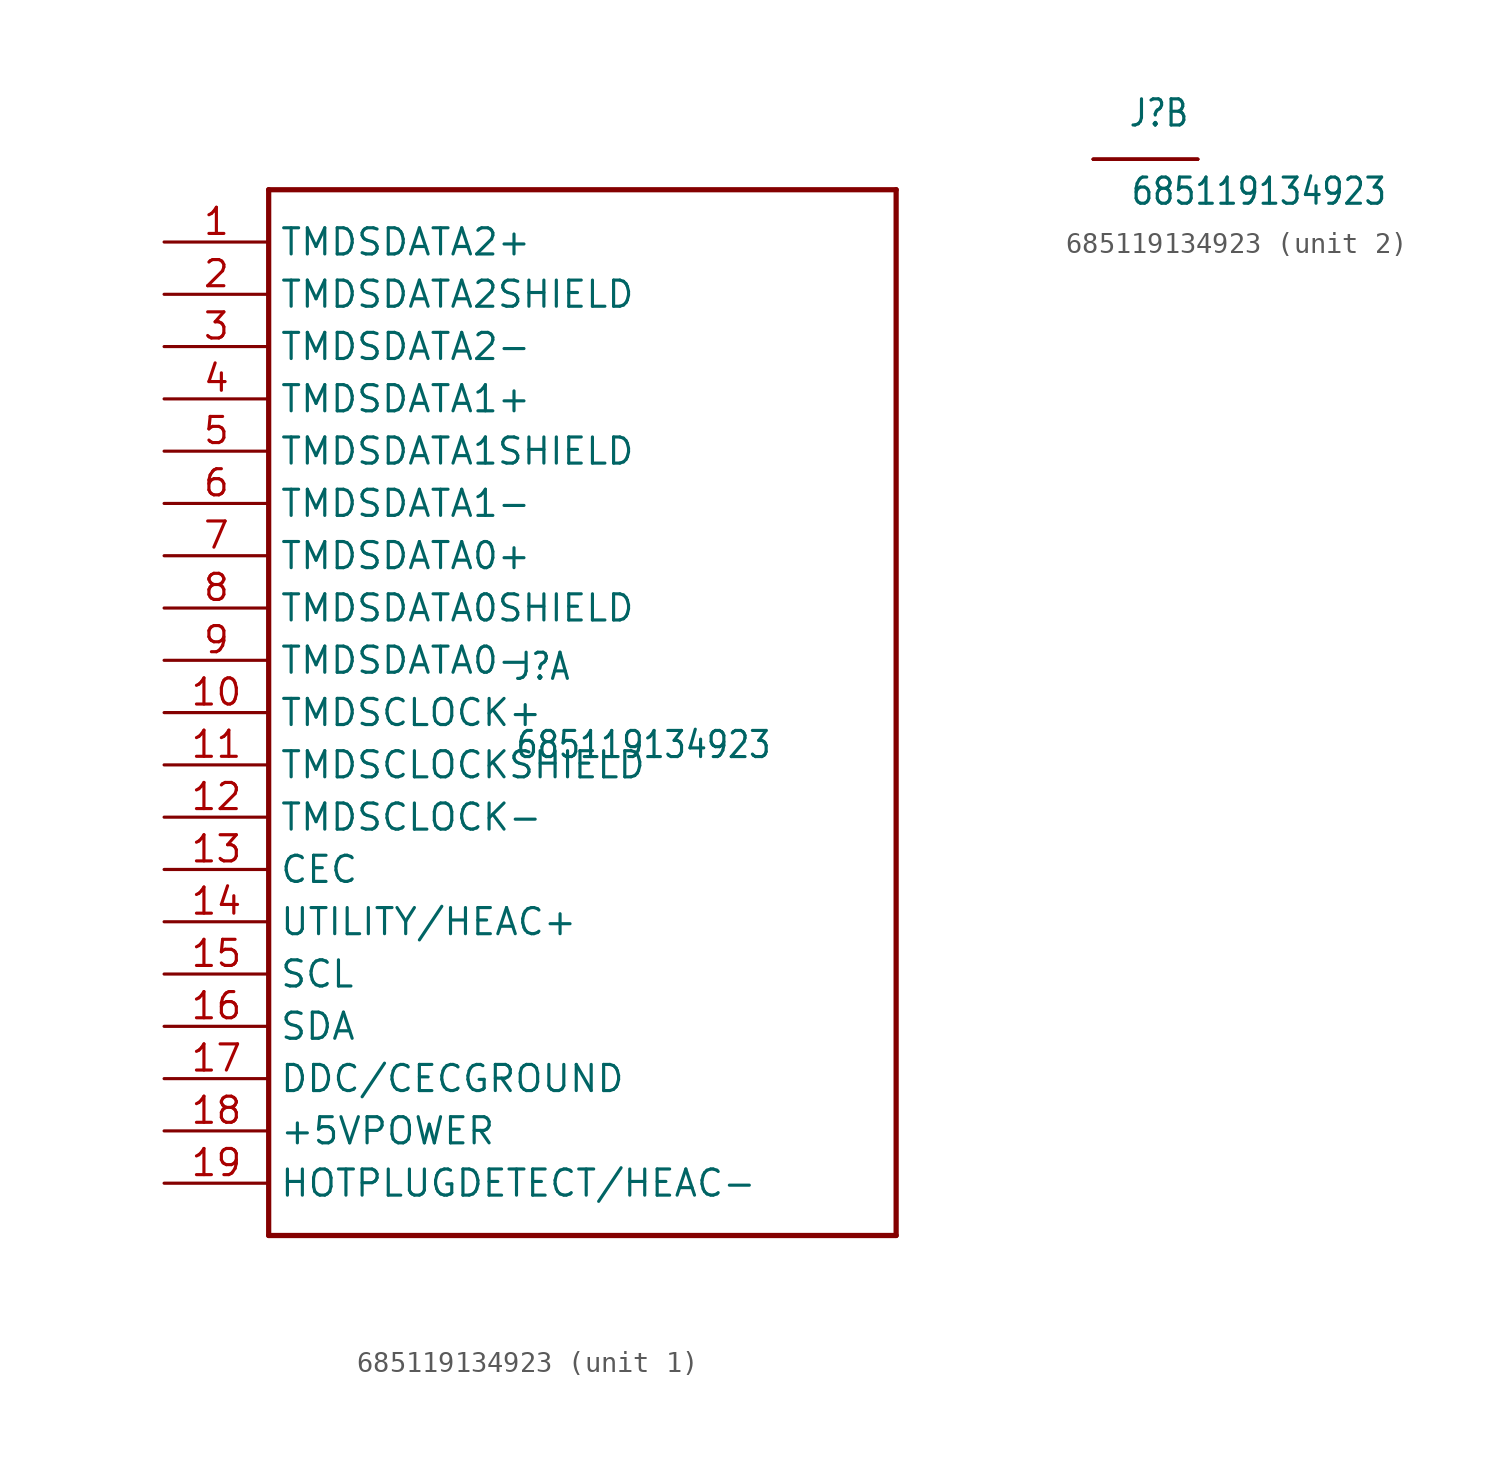
<source format=kicad_sym>
(kicad_symbol_lib
  (version 20211014)
  (generator kicad_symbol_editor)
  (symbol "685119134923"
    (property "Reference" "J"
      (at -3.4 1.5 0)
      (effects (font (size 1.27 1.079)) (justify left bottom)))
    (property "Value" "685119134923"
      (at -3.3 -2.3 0)
      (effects (font (size 1.27 1.079)) (justify left bottom)))
    (property "ki_locked" ""
      (at 0 0 0)
      (effects (font (size 1.27 1.27))))
    (symbol "685119134923_1_0"
      (polyline (pts (xy -15.24 -25.4) (xy 15.24 -25.4)) (stroke (width 0.254) (type default) (color 0 0 0 0)) (fill (type none)))
      (polyline (pts (xy -15.24 25.4) (xy -15.24 -25.4)) (stroke (width 0.254) (type default) (color 0 0 0 0)) (fill (type none)))
      (polyline (pts (xy 15.24 -25.4) (xy 15.24 25.4)) (stroke (width 0.254) (type default) (color 0 0 0 0)) (fill (type none)))
      (polyline (pts (xy 15.24 25.4) (xy -15.24 25.4)) (stroke (width 0.254) (type default) (color 0 0 0 0)) (fill (type none)))
      (pin bidirectional line (at -20.32 22.86 0) (length 5.08) (name "TMDSDATA2+" (effects (font (size 1.27 1.27)))) (number "1" (effects (font (size 1.27 1.27)))))
      (pin bidirectional line (at -20.32 0 0) (length 5.08) (name "TMDSCLOCK+" (effects (font (size 1.27 1.27)))) (number "10" (effects (font (size 1.27 1.27)))))
      (pin bidirectional line (at -20.32 -2.54 0) (length 5.08) (name "TMDSCLOCKSHIELD" (effects (font (size 1.27 1.27)))) (number "11" (effects (font (size 1.27 1.27)))))
      (pin bidirectional line (at -20.32 -5.08 0) (length 5.08) (name "TMDSCLOCK-" (effects (font (size 1.27 1.27)))) (number "12" (effects (font (size 1.27 1.27)))))
      (pin bidirectional line (at -20.32 -7.62 0) (length 5.08) (name "CEC" (effects (font (size 1.27 1.27)))) (number "13" (effects (font (size 1.27 1.27)))))
      (pin bidirectional line (at -20.32 -10.16 0) (length 5.08) (name "UTILITY/HEAC+" (effects (font (size 1.27 1.27)))) (number "14" (effects (font (size 1.27 1.27)))))
      (pin bidirectional line (at -20.32 -12.7 0) (length 5.08) (name "SCL" (effects (font (size 1.27 1.27)))) (number "15" (effects (font (size 1.27 1.27)))))
      (pin bidirectional line (at -20.32 -15.24 0) (length 5.08) (name "SDA" (effects (font (size 1.27 1.27)))) (number "16" (effects (font (size 1.27 1.27)))))
      (pin bidirectional line (at -20.32 -17.78 0) (length 5.08) (name "DDC/CECGROUND" (effects (font (size 1.27 1.27)))) (number "17" (effects (font (size 1.27 1.27)))))
      (pin bidirectional line (at -20.32 -20.32 0) (length 5.08) (name "+5VPOWER" (effects (font (size 1.27 1.27)))) (number "18" (effects (font (size 1.27 1.27)))))
      (pin bidirectional line (at -20.32 -22.86 0) (length 5.08) (name "HOTPLUGDETECT/HEAC-" (effects (font (size 1.27 1.27)))) (number "19" (effects (font (size 1.27 1.27)))))
      (pin bidirectional line (at -20.32 20.32 0) (length 5.08) (name "TMDSDATA2SHIELD" (effects (font (size 1.27 1.27)))) (number "2" (effects (font (size 1.27 1.27)))))
      (pin bidirectional line (at -20.32 17.78 0) (length 5.08) (name "TMDSDATA2-" (effects (font (size 1.27 1.27)))) (number "3" (effects (font (size 1.27 1.27)))))
      (pin bidirectional line (at -20.32 15.24 0) (length 5.08) (name "TMDSDATA1+" (effects (font (size 1.27 1.27)))) (number "4" (effects (font (size 1.27 1.27)))))
      (pin bidirectional line (at -20.32 12.7 0) (length 5.08) (name "TMDSDATA1SHIELD" (effects (font (size 1.27 1.27)))) (number "5" (effects (font (size 1.27 1.27)))))
      (pin bidirectional line (at -20.32 10.16 0) (length 5.08) (name "TMDSDATA1-" (effects (font (size 1.27 1.27)))) (number "6" (effects (font (size 1.27 1.27)))))
      (pin bidirectional line (at -20.32 7.62 0) (length 5.08) (name "TMDSDATA0+" (effects (font (size 1.27 1.27)))) (number "7" (effects (font (size 1.27 1.27)))))
      (pin bidirectional line (at -20.32 5.08 0) (length 5.08) (name "TMDSDATA0SHIELD" (effects (font (size 1.27 1.27)))) (number "8" (effects (font (size 1.27 1.27)))))
      (pin bidirectional line (at -20.32 2.54 0) (length 5.08) (name "TMDSDATA0-" (effects (font (size 1.27 1.27)))) (number "9" (effects (font (size 1.27 1.27))))))
    (symbol "685119134923_2_0"
      (pin passive line (at -5.08 0 0) (length 5.08) (name "SHIELD" (effects (font (size 0 0)))) (number "SHELL" (effects (font (size 0 0)))))
      (pin passive line (at -5.08 0 0) (length 5.08) (name "SHIELD" (effects (font (size 0 0)))) (number "SHELL1" (effects (font (size 0 0)))))
      (pin passive line (at -5.08 0 0) (length 5.08) (name "SHIELD" (effects (font (size 0 0)))) (number "SHELL2" (effects (font (size 0 0)))))
      (pin passive line (at -5.08 0 0) (length 5.08) (name "SHIELD" (effects (font (size 0 0)))) (number "SHELL3" (effects (font (size 0 0))))))))
</source>
